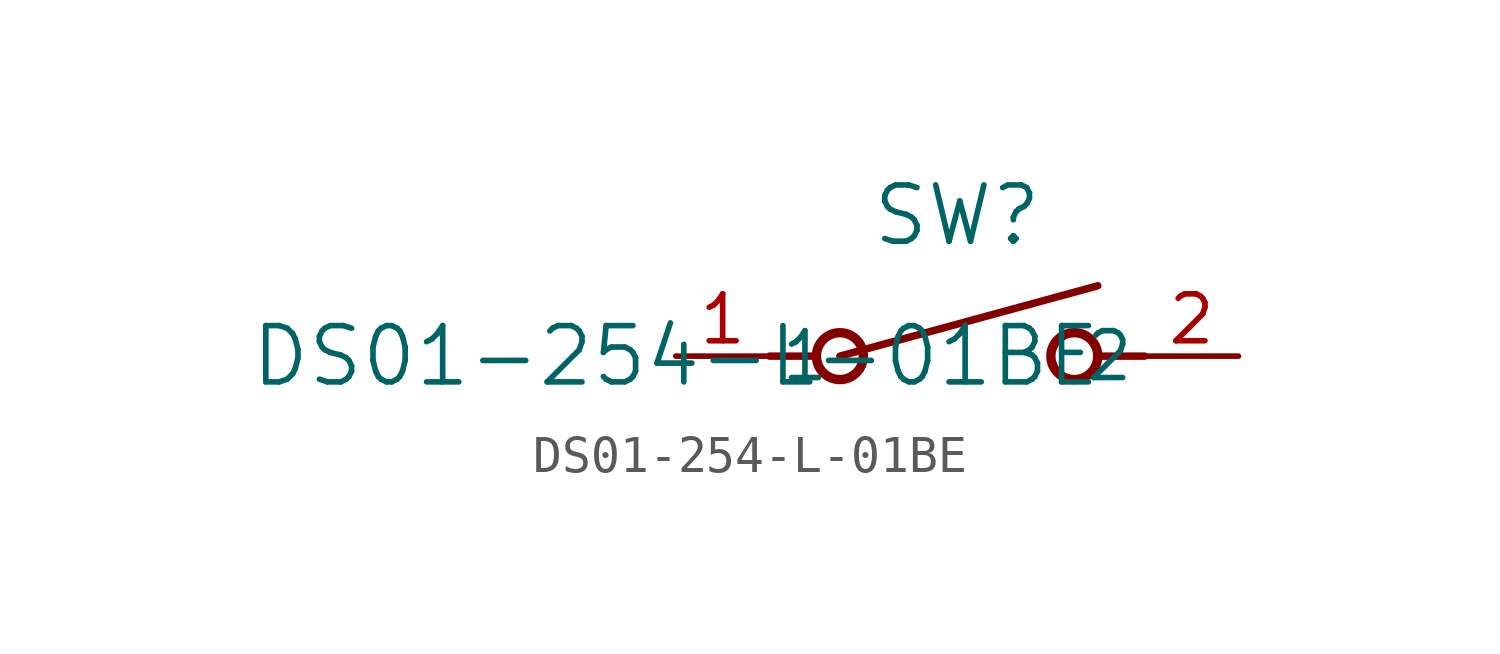
<source format=kicad_sym>
(kicad_symbol_lib
  (version 20211014)
  (generator kicad_symbol_editor)
  (symbol "DS01-254-L-01BE"
    (pin_names
      (offset 0.254))
    (property "Reference" "SW"
      (at 7.62 3.81 0)
      (effects (font (size 1.524 1.524))))
    (property "Value" "DS01-254-L-01BE"
      (at 0 0 0)
      (effects (font (size 1.524 1.524))))
    (symbol "DS01-254-L-01BE_0_1"
      (polyline (pts (xy 2.54 0) (xy 3.81 0)) (stroke (width 0.203) (type default) (color 0 0 0 0)) (fill (type none)))
      (circle (center 10.795 0) (radius 0.635) (stroke (width 0.254) (type default) (color 0 0 0 0)) (fill (type none)))
      (circle (center 4.445 0) (radius 0.635) (stroke (width 0.254) (type default) (color 0 0 0 0)) (fill (type none)))
      (polyline (pts (xy 12.7 0) (xy 11.43 0)) (stroke (width 0.203) (type default) (color 0 0 0 0)) (fill (type none)))
      (polyline (pts (xy 4.445 0) (xy 11.43 1.905)) (stroke (width 0.203) (type default) (color 0 0 0 0)) (fill (type none)))
      (pin unspecified line (at 0 0 0) (length 2.54) (name "1" (effects (font (size 1.27 1.27)))) (number "1" (effects (font (size 1.27 1.27)))))
      (pin unspecified line (at 15.24 0 180) (length 2.54) (name "2" (effects (font (size 1.27 1.27)))) (number "2" (effects (font (size 1.27 1.27))))))))
</source>
